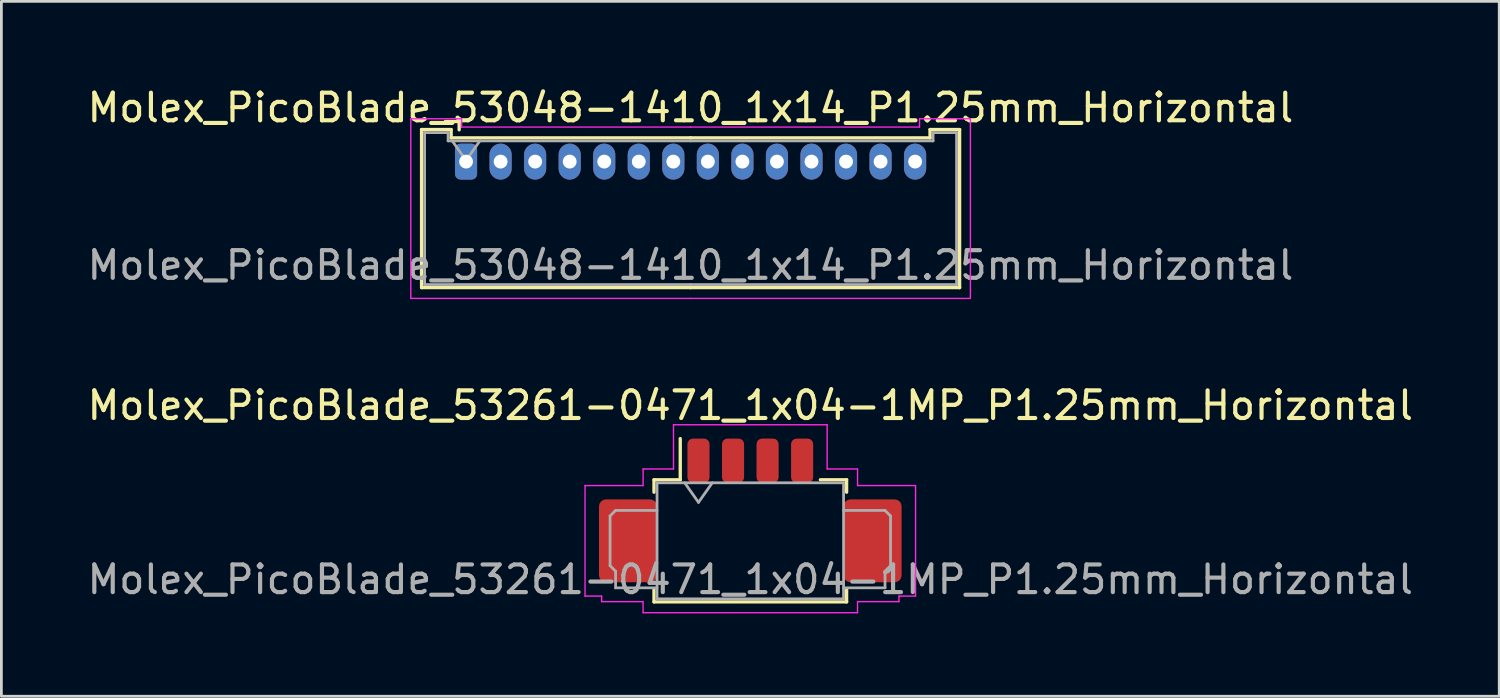
<source format=kicad_pcb>
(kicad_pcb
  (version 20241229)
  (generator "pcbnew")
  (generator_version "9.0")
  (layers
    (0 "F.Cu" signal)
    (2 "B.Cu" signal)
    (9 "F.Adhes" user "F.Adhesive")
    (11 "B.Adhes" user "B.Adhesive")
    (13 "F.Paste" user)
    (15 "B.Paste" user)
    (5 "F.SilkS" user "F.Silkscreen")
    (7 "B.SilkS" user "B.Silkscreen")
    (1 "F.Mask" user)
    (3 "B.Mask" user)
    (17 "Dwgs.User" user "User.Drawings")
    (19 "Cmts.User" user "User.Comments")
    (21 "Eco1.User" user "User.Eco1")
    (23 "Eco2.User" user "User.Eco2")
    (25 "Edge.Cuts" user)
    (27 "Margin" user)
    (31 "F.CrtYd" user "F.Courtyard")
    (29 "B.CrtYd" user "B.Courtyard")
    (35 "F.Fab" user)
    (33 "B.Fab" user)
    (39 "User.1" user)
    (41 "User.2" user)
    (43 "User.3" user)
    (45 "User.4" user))
  (footprint "Molex_PicoBlade_53048-1410_1x14_P1.25mm_Horizontal"
    (layer "F.Cu")
    (at 13.815 2.798)
    (property "Reference" "Molex_PicoBlade_53048-1410_1x14_P1.25mm_Horizontal" (at 8.12 -1.95 0) (layer "F.SilkS") (effects (font (size 1 1) (thickness 0.15))))
    (attr through_hole)
    (fp_line (start -1.61 -1.16) (end -1.61 4.56) (stroke (width 0.12) (type solid)) (layer "F.SilkS"))
    (fp_line (start -1.61 4.56) (end 8.125 4.56) (stroke (width 0.12) (type solid)) (layer "F.SilkS"))
    (fp_line (start -0.54 -1.16) (end -1.61 -1.16) (stroke (width 0.12) (type solid)) (layer "F.SilkS"))
    (fp_line (start -0.54 -0.86) (end -0.54 -1.16) (stroke (width 0.12) (type solid)) (layer "F.SilkS"))
    (fp_line (start -0.25 -1.45) (end -0.75 -1.45) (stroke (width 0.12) (type solid)) (layer "F.SilkS"))
    (fp_line (start -0.25 -1.15) (end -0.25 -1.45) (stroke (width 0.12) (type solid)) (layer "F.SilkS"))
    (fp_line (start 8.125 -0.86) (end -0.54 -0.86) (stroke (width 0.12) (type solid)) (layer "F.SilkS"))
    (fp_line (start 8.125 -0.86) (end 16.79 -0.86) (stroke (width 0.12) (type solid)) (layer "F.SilkS"))
    (fp_line (start 16.79 -1.16) (end 17.86 -1.16) (stroke (width 0.12) (type solid)) (layer "F.SilkS"))
    (fp_line (start 16.79 -0.86) (end 16.79 -1.16) (stroke (width 0.12) (type solid)) (layer "F.SilkS"))
    (fp_line (start 17.86 -1.16) (end 17.86 4.56) (stroke (width 0.12) (type solid)) (layer "F.SilkS"))
    (fp_line (start 17.86 4.56) (end 8.125 4.56) (stroke (width 0.12) (type solid)) (layer "F.SilkS"))
    (fp_line (start -2 -1.55) (end -2 4.95) (stroke (width 0.05) (type solid)) (layer "F.CrtYd"))
    (fp_line (start -2 4.95) (end 8.13 4.95) (stroke (width 0.05) (type solid)) (layer "F.CrtYd"))
    (fp_line (start -0.16 -1.55) (end -2 -1.55) (stroke (width 0.05) (type solid)) (layer "F.CrtYd"))
    (fp_line (start -0.16 -1.25) (end -0.16 -1.55) (stroke (width 0.05) (type solid)) (layer "F.CrtYd"))
    (fp_line (start 8.12 -1.25) (end 16.41 -1.25) (stroke (width 0.05) (type solid)) (layer "F.CrtYd"))
    (fp_line (start 8.13 -1.25) (end -0.16 -1.25) (stroke (width 0.05) (type solid)) (layer "F.CrtYd"))
    (fp_line (start 16.41 -1.55) (end 18.25 -1.55) (stroke (width 0.05) (type solid)) (layer "F.CrtYd"))
    (fp_line (start 16.41 -1.25) (end 16.41 -1.55) (stroke (width 0.05) (type solid)) (layer "F.CrtYd"))
    (fp_line (start 18.25 -1.55) (end 18.25 4.95) (stroke (width 0.05) (type solid)) (layer "F.CrtYd"))
    (fp_line (start 18.25 4.95) (end 8.12 4.95) (stroke (width 0.05) (type solid)) (layer "F.CrtYd"))
    (fp_line (start -1.5 -1.05) (end -1.5 4.45) (stroke (width 0.1) (type solid)) (layer "F.Fab"))
    (fp_line (start -1.5 4.45) (end 8.125 4.45) (stroke (width 0.1) (type solid)) (layer "F.Fab"))
    (fp_line (start -0.65 -1.05) (end -1.5 -1.05) (stroke (width 0.1) (type solid)) (layer "F.Fab"))
    (fp_line (start -0.65 -0.75) (end -0.65 -1.05) (stroke (width 0.1) (type solid)) (layer "F.Fab"))
    (fp_line (start -0.5 -0.75) (end 0 -0.043) (stroke (width 0.1) (type solid)) (layer "F.Fab"))
    (fp_line (start 0 -0.043) (end 0.5 -0.75) (stroke (width 0.1) (type solid)) (layer "F.Fab"))
    (fp_line (start 8.125 -0.75) (end -0.65 -0.75) (stroke (width 0.1) (type solid)) (layer "F.Fab"))
    (fp_line (start 8.125 -0.75) (end 16.9 -0.75) (stroke (width 0.1) (type solid)) (layer "F.Fab"))
    (fp_line (start 16.9 -1.05) (end 17.75 -1.05) (stroke (width 0.1) (type solid)) (layer "F.Fab"))
    (fp_line (start 16.9 -0.75) (end 16.9 -1.05) (stroke (width 0.1) (type solid)) (layer "F.Fab"))
    (fp_line (start 17.75 -1.05) (end 17.75 4.45) (stroke (width 0.1) (type solid)) (layer "F.Fab"))
    (fp_line (start 17.75 4.45) (end 8.125 4.45) (stroke (width 0.1) (type solid)) (layer "F.Fab"))
    (fp_text user "${REFERENCE}" (at 8.12 3.75 0) (layer "F.Fab") (effects (font (size 1 1) (thickness 0.15))))
    (pad "1" thru_hole roundrect (at 0 0) (size 0.8 1.3) (drill 0.5) (layers "*.Cu" "*.Mask") (roundrect_rratio 0.25))
    (pad "2" thru_hole oval (at 1.25 0) (size 0.8 1.3) (drill 0.5) (layers "*.Cu" "*.Mask"))
    (pad "3" thru_hole oval (at 2.5 0) (size 0.8 1.3) (drill 0.5) (layers "*.Cu" "*.Mask"))
    (pad "4" thru_hole oval (at 3.75 0) (size 0.8 1.3) (drill 0.5) (layers "*.Cu" "*.Mask"))
    (pad "5" thru_hole oval (at 5 0) (size 0.8 1.3) (drill 0.5) (layers "*.Cu" "*.Mask"))
    (pad "6" thru_hole oval (at 6.25 0) (size 0.8 1.3) (drill 0.5) (layers "*.Cu" "*.Mask"))
    (pad "7" thru_hole oval (at 7.5 0) (size 0.8 1.3) (drill 0.5) (layers "*.Cu" "*.Mask"))
    (pad "8" thru_hole oval (at 8.75 0) (size 0.8 1.3) (drill 0.5) (layers "*.Cu" "*.Mask"))
    (pad "9" thru_hole oval (at 10 0) (size 0.8 1.3) (drill 0.5) (layers "*.Cu" "*.Mask"))
    (pad "10" thru_hole oval (at 11.25 0) (size 0.8 1.3) (drill 0.5) (layers "*.Cu" "*.Mask"))
    (pad "11" thru_hole oval (at 12.5 0) (size 0.8 1.3) (drill 0.5) (layers "*.Cu" "*.Mask"))
    (pad "12" thru_hole oval (at 13.75 0) (size 0.8 1.3) (drill 0.5) (layers "*.Cu" "*.Mask"))
    (pad "13" thru_hole oval (at 15 0) (size 0.8 1.3) (drill 0.5) (layers "*.Cu" "*.Mask"))
    (pad "14" thru_hole oval (at 16.25 0) (size 0.8 1.3) (drill 0.5) (layers "*.Cu" "*.Mask")))
  (footprint "Molex_PicoBlade_53261-0471_1x04-1MP_P1.25mm_Horizontal"
    (layer "F.Cu")
    (at 24.101 16.021)
    (property "Reference" "Molex_PicoBlade_53261-0471_1x04-1MP_P1.25mm_Horizontal" (at 0 -4.4 0) (layer "F.SilkS") (effects (font (size 1 1) (thickness 0.15))))
    (attr smd)
    (fp_line (start -3.485 -1.71) (end -2.535 -1.71) (stroke (width 0.12) (type solid)) (layer "F.SilkS"))
    (fp_line (start -3.485 -1.26) (end -3.485 -1.71) (stroke (width 0.12) (type solid)) (layer "F.SilkS"))
    (fp_line (start -3.485 2.26) (end -3.485 2.71) (stroke (width 0.12) (type solid)) (layer "F.SilkS"))
    (fp_line (start -3.485 2.71) (end 3.485 2.71) (stroke (width 0.12) (type solid)) (layer "F.SilkS"))
    (fp_line (start -2.535 -1.71) (end -2.535 -3.2) (stroke (width 0.12) (type solid)) (layer "F.SilkS"))
    (fp_line (start 3.485 -1.71) (end 2.535 -1.71) (stroke (width 0.12) (type solid)) (layer "F.SilkS"))
    (fp_line (start 3.485 -1.26) (end 3.485 -1.71) (stroke (width 0.12) (type solid)) (layer "F.SilkS"))
    (fp_line (start 3.485 2.71) (end 3.485 2.26) (stroke (width 0.12) (type solid)) (layer "F.SilkS"))
    (fp_line (start -5.98 -1.5) (end -3.88 -1.5) (stroke (width 0.05) (type solid)) (layer "F.CrtYd"))
    (fp_line (start -5.98 2.5) (end -5.98 -1.5) (stroke (width 0.05) (type solid)) (layer "F.CrtYd"))
    (fp_line (start -5.38 2.5) (end -5.98 2.5) (stroke (width 0.05) (type solid)) (layer "F.CrtYd"))
    (fp_line (start -5.38 2.7) (end -5.38 2.5) (stroke (width 0.05) (type solid)) (layer "F.CrtYd"))
    (fp_line (start -3.88 -2.1) (end -2.78 -2.1) (stroke (width 0.05) (type solid)) (layer "F.CrtYd"))
    (fp_line (start -3.88 -1.5) (end -3.88 -2.1) (stroke (width 0.05) (type solid)) (layer "F.CrtYd"))
    (fp_line (start -3.88 2.7) (end -5.38 2.7) (stroke (width 0.05) (type solid)) (layer "F.CrtYd"))
    (fp_line (start -3.88 3.1) (end -3.88 2.7) (stroke (width 0.05) (type solid)) (layer "F.CrtYd"))
    (fp_line (start -2.78 -3.7) (end 2.78 -3.7) (stroke (width 0.05) (type solid)) (layer "F.CrtYd"))
    (fp_line (start -2.78 -2.1) (end -2.78 -3.7) (stroke (width 0.05) (type solid)) (layer "F.CrtYd"))
    (fp_line (start 2.78 -3.7) (end 2.78 -2.1) (stroke (width 0.05) (type solid)) (layer "F.CrtYd"))
    (fp_line (start 2.78 -2.1) (end 3.88 -2.1) (stroke (width 0.05) (type solid)) (layer "F.CrtYd"))
    (fp_line (start 3.88 -2.1) (end 3.88 -1.5) (stroke (width 0.05) (type solid)) (layer "F.CrtYd"))
    (fp_line (start 3.88 -1.5) (end 5.98 -1.5) (stroke (width 0.05) (type solid)) (layer "F.CrtYd"))
    (fp_line (start 3.88 2.7) (end 3.88 3.1) (stroke (width 0.05) (type solid)) (layer "F.CrtYd"))
    (fp_line (start 3.88 3.1) (end -3.88 3.1) (stroke (width 0.05) (type solid)) (layer "F.CrtYd"))
    (fp_line (start 5.38 2.5) (end 5.38 2.7) (stroke (width 0.05) (type solid)) (layer "F.CrtYd"))
    (fp_line (start 5.38 2.7) (end 3.88 2.7) (stroke (width 0.05) (type solid)) (layer "F.CrtYd"))
    (fp_line (start 5.98 -1.5) (end 5.98 2.5) (stroke (width 0.05) (type solid)) (layer "F.CrtYd"))
    (fp_line (start 5.98 2.5) (end 5.38 2.5) (stroke (width 0.05) (type solid)) (layer "F.CrtYd"))
    (fp_line (start -5.075 -0.4) (end -5.075 1.4) (stroke (width 0.1) (type solid)) (layer "F.Fab"))
    (fp_line (start -5.075 1.4) (end -4.875 1.6) (stroke (width 0.1) (type solid)) (layer "F.Fab"))
    (fp_line (start -4.875 -0.6) (end -5.075 -0.4) (stroke (width 0.1) (type solid)) (layer "F.Fab"))
    (fp_line (start -4.875 1.6) (end -4.875 2.2) (stroke (width 0.1) (type solid)) (layer "F.Fab"))
    (fp_line (start -4.875 2.2) (end -3.375 2.2) (stroke (width 0.1) (type solid)) (layer "F.Fab"))
    (fp_line (start -3.375 -1.6) (end -3.375 2.6) (stroke (width 0.1) (type solid)) (layer "F.Fab"))
    (fp_line (start -3.375 -1.6) (end 3.375 -1.6) (stroke (width 0.1) (type solid)) (layer "F.Fab"))
    (fp_line (start -3.375 -0.6) (end -4.875 -0.6) (stroke (width 0.1) (type solid)) (layer "F.Fab"))
    (fp_line (start -3.375 2.6) (end 3.375 2.6) (stroke (width 0.1) (type solid)) (layer "F.Fab"))
    (fp_line (start -2.375 -1.6) (end -1.875 -0.893) (stroke (width 0.1) (type solid)) (layer "F.Fab"))
    (fp_line (start -1.875 -0.893) (end -1.375 -1.6) (stroke (width 0.1) (type solid)) (layer "F.Fab"))
    (fp_line (start 3.375 -1.6) (end 3.375 2.6) (stroke (width 0.1) (type solid)) (layer "F.Fab"))
    (fp_line (start 3.375 -0.6) (end 4.875 -0.6) (stroke (width 0.1) (type solid)) (layer "F.Fab"))
    (fp_line (start 4.875 -0.6) (end 5.075 -0.4) (stroke (width 0.1) (type solid)) (layer "F.Fab"))
    (fp_line (start 4.875 1.6) (end 4.875 2.2) (stroke (width 0.1) (type solid)) (layer "F.Fab"))
    (fp_line (start 4.875 2.2) (end 3.375 2.2) (stroke (width 0.1) (type solid)) (layer "F.Fab"))
    (fp_line (start 5.075 -0.4) (end 5.075 1.4) (stroke (width 0.1) (type solid)) (layer "F.Fab"))
    (fp_line (start 5.075 1.4) (end 4.875 1.6) (stroke (width 0.1) (type solid)) (layer "F.Fab"))
    (fp_text user "${REFERENCE}" (at 0 1.9 0) (layer "F.Fab") (effects (font (size 1 1) (thickness 0.15))))
    (pad "1" smd roundrect (at -1.875 -2.4) (size 0.8 1.6) (layers "F.Cu" "F.Mask" "F.Paste") (roundrect_rratio 0.25))
    (pad "2" smd roundrect (at -0.625 -2.4) (size 0.8 1.6) (layers "F.Cu" "F.Mask" "F.Paste") (roundrect_rratio 0.25))
    (pad "3" smd roundrect (at 0.625 -2.4) (size 0.8 1.6) (layers "F.Cu" "F.Mask" "F.Paste") (roundrect_rratio 0.25))
    (pad "4" smd roundrect (at 1.875 -2.4) (size 0.8 1.6) (layers "F.Cu" "F.Mask" "F.Paste") (roundrect_rratio 0.25))
    (pad "MP" smd roundrect (at -4.425 0.5) (size 2.1 3) (layers "F.Cu" "F.Mask" "F.Paste") (roundrect_rratio 0.119))
    (pad "MP" smd roundrect (at 4.425 0.5) (size 2.1 3) (layers "F.Cu" "F.Mask" "F.Paste") (roundrect_rratio 0.119)))
  (gr_rect
    (start -3 -3)
    (end 51.202 22.146)
    (stroke (width 0.1) (type default))
    (fill no)
    (layer "Edge.Cuts")))
</source>
